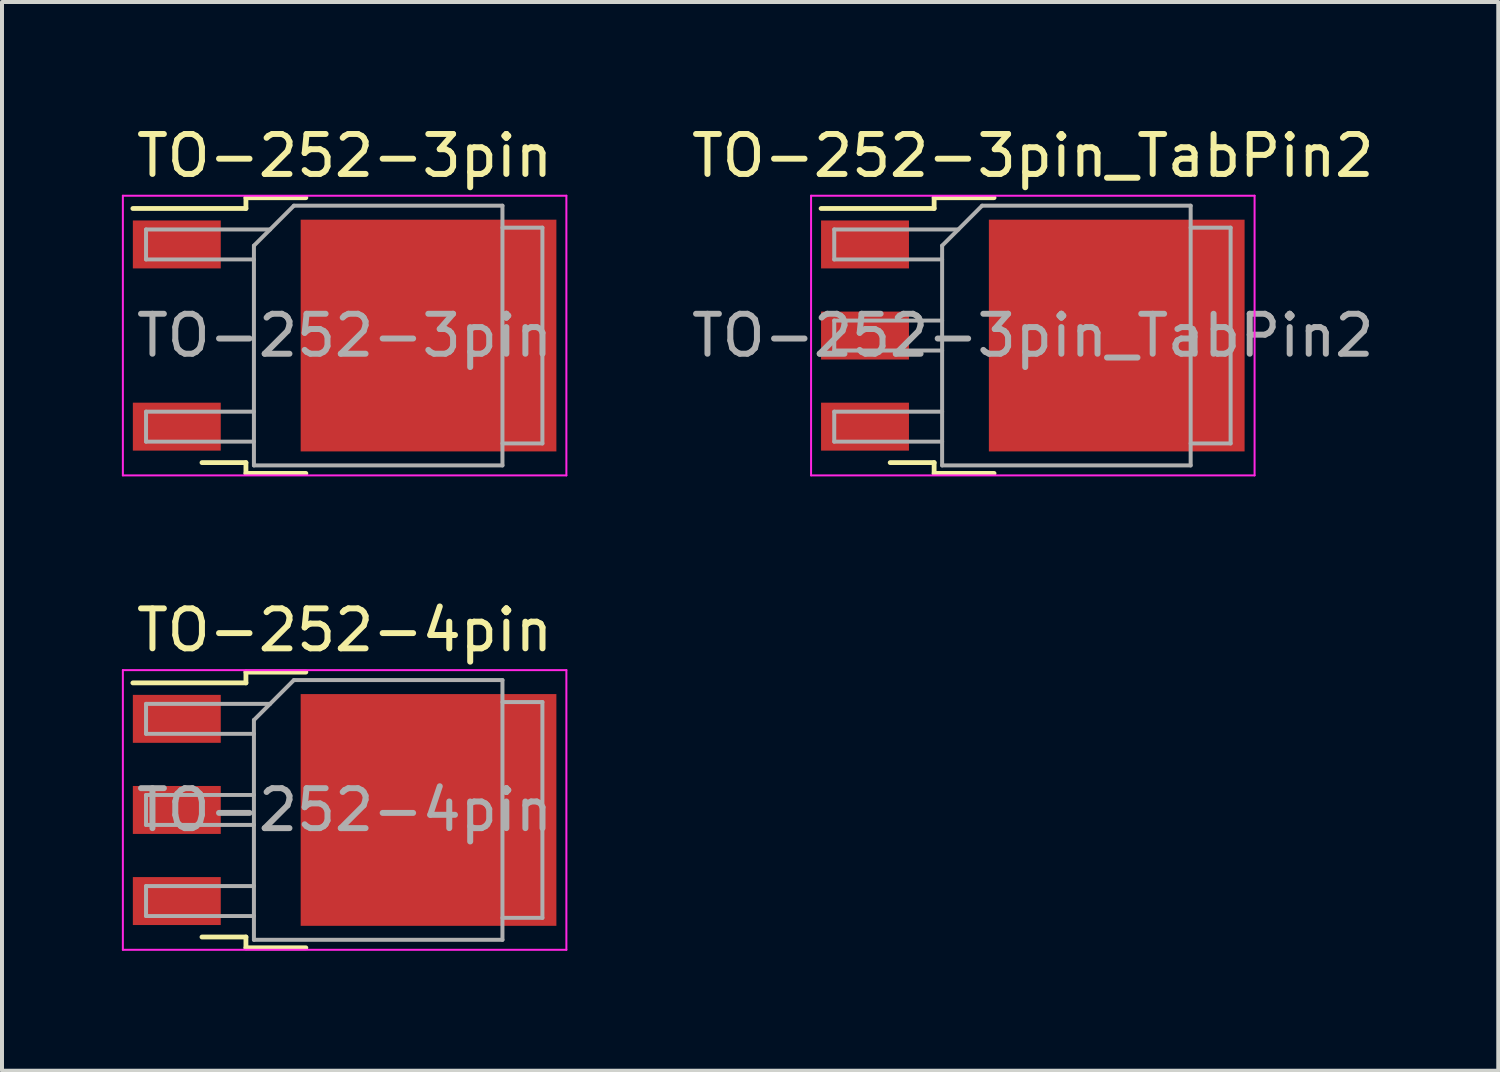
<source format=kicad_pcb>
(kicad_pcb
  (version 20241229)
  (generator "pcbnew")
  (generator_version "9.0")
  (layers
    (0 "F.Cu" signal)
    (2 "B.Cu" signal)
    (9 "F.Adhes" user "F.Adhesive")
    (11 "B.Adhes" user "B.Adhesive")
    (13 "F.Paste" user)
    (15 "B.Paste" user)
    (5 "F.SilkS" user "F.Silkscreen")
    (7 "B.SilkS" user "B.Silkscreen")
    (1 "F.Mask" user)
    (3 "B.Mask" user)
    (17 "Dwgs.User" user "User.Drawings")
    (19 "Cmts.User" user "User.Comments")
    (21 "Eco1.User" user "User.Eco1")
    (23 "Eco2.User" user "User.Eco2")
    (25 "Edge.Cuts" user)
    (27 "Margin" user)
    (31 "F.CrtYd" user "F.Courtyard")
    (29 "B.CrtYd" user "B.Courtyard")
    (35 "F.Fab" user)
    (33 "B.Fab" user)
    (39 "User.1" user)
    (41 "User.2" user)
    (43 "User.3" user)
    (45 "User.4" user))
  (footprint "TO-252-3pin"
    (layer "F.Cu")
    (at 5.575 5.348)
    (property "Reference" "TO-252-3pin" (at 0 -4.5 0) (layer "F.SilkS") (effects (font (size 1 1) (thickness 0.15))))
    (attr smd)
    (fp_line (start -2.47 -3.45) (end -2.47 -3.18) (stroke (width 0.12) (type solid)) (layer "F.SilkS"))
    (fp_line (start -2.47 -3.18) (end -5.3 -3.18) (stroke (width 0.12) (type solid)) (layer "F.SilkS"))
    (fp_line (start -2.47 3.18) (end -3.57 3.18) (stroke (width 0.12) (type solid)) (layer "F.SilkS"))
    (fp_line (start -2.47 3.45) (end -2.47 3.18) (stroke (width 0.12) (type solid)) (layer "F.SilkS"))
    (fp_line (start -0.97 -3.45) (end -2.47 -3.45) (stroke (width 0.12) (type solid)) (layer "F.SilkS"))
    (fp_line (start -0.97 3.45) (end -2.47 3.45) (stroke (width 0.12) (type solid)) (layer "F.SilkS"))
    (fp_line (start -5.55 -3.5) (end -5.55 3.5) (stroke (width 0.05) (type solid)) (layer "F.CrtYd"))
    (fp_line (start -5.55 3.5) (end 5.55 3.5) (stroke (width 0.05) (type solid)) (layer "F.CrtYd"))
    (fp_line (start 5.55 -3.5) (end -5.55 -3.5) (stroke (width 0.05) (type solid)) (layer "F.CrtYd"))
    (fp_line (start 5.55 3.5) (end 5.55 -3.5) (stroke (width 0.05) (type solid)) (layer "F.CrtYd"))
    (fp_line (start -4.97 -2.655) (end -4.97 -1.905) (stroke (width 0.1) (type solid)) (layer "F.Fab"))
    (fp_line (start -4.97 -1.905) (end -2.27 -1.905) (stroke (width 0.1) (type solid)) (layer "F.Fab"))
    (fp_line (start -4.97 1.905) (end -4.97 2.655) (stroke (width 0.1) (type solid)) (layer "F.Fab"))
    (fp_line (start -4.97 2.655) (end -2.27 2.655) (stroke (width 0.1) (type solid)) (layer "F.Fab"))
    (fp_line (start -2.27 -2.25) (end -1.27 -3.25) (stroke (width 0.1) (type solid)) (layer "F.Fab"))
    (fp_line (start -2.27 1.905) (end -4.97 1.905) (stroke (width 0.1) (type solid)) (layer "F.Fab"))
    (fp_line (start -2.27 3.25) (end -2.27 -2.25) (stroke (width 0.1) (type solid)) (layer "F.Fab"))
    (fp_line (start -1.865 -2.655) (end -4.97 -2.655) (stroke (width 0.1) (type solid)) (layer "F.Fab"))
    (fp_line (start -1.27 -3.25) (end 3.95 -3.25) (stroke (width 0.1) (type solid)) (layer "F.Fab"))
    (fp_line (start 3.95 -3.25) (end 3.95 3.25) (stroke (width 0.1) (type solid)) (layer "F.Fab"))
    (fp_line (start 3.95 -2.7) (end 4.95 -2.7) (stroke (width 0.1) (type solid)) (layer "F.Fab"))
    (fp_line (start 3.95 3.25) (end -2.27 3.25) (stroke (width 0.1) (type solid)) (layer "F.Fab"))
    (fp_line (start 4.95 -2.7) (end 4.95 2.7) (stroke (width 0.1) (type solid)) (layer "F.Fab"))
    (fp_line (start 4.95 2.7) (end 3.95 2.7) (stroke (width 0.1) (type solid)) (layer "F.Fab"))
    (fp_text user "${REFERENCE}" (at 0 0 0) (layer "F.Fab") (effects (font (size 1 1) (thickness 0.15))))
    (pad "" smd rect (at 0.425 -1.525) (size 3.05 2.75) (layers "F.Paste"))
    (pad "" smd rect (at 0.425 1.525) (size 3.05 2.75) (layers "F.Paste"))
    (pad "" smd rect (at 3.775 -1.525) (size 3.05 2.75) (layers "F.Paste"))
    (pad "" smd rect (at 3.775 1.525) (size 3.05 2.75) (layers "F.Paste"))
    (pad "1" smd rect (at -4.2 -2.28) (size 2.2 1.2) (layers "F.Cu" "F.Mask" "F.Paste"))
    (pad "2" smd rect (at 2.1 0) (size 6.4 5.8) (layers "F.Cu" "F.Mask"))
    (pad "3" smd rect (at -4.2 2.28) (size 2.2 1.2) (layers "F.Cu" "F.Mask" "F.Paste")))
  (footprint "TO-252-3pin_TabPin2"
    (layer "F.Cu")
    (at 22.799 5.348)
    (property "Reference" "TO-252-3pin_TabPin2" (at 0 -4.5 0) (layer "F.SilkS") (effects (font (size 1 1) (thickness 0.15))))
    (attr smd)
    (fp_line (start -2.47 -3.45) (end -2.47 -3.18) (stroke (width 0.12) (type solid)) (layer "F.SilkS"))
    (fp_line (start -2.47 -3.18) (end -5.3 -3.18) (stroke (width 0.12) (type solid)) (layer "F.SilkS"))
    (fp_line (start -2.47 3.18) (end -3.57 3.18) (stroke (width 0.12) (type solid)) (layer "F.SilkS"))
    (fp_line (start -2.47 3.45) (end -2.47 3.18) (stroke (width 0.12) (type solid)) (layer "F.SilkS"))
    (fp_line (start -0.97 -3.45) (end -2.47 -3.45) (stroke (width 0.12) (type solid)) (layer "F.SilkS"))
    (fp_line (start -0.97 3.45) (end -2.47 3.45) (stroke (width 0.12) (type solid)) (layer "F.SilkS"))
    (fp_line (start -5.55 -3.5) (end -5.55 3.5) (stroke (width 0.05) (type solid)) (layer "F.CrtYd"))
    (fp_line (start -5.55 3.5) (end 5.55 3.5) (stroke (width 0.05) (type solid)) (layer "F.CrtYd"))
    (fp_line (start 5.55 -3.5) (end -5.55 -3.5) (stroke (width 0.05) (type solid)) (layer "F.CrtYd"))
    (fp_line (start 5.55 3.5) (end 5.55 -3.5) (stroke (width 0.05) (type solid)) (layer "F.CrtYd"))
    (fp_line (start -4.97 -2.655) (end -4.97 -1.905) (stroke (width 0.1) (type solid)) (layer "F.Fab"))
    (fp_line (start -4.97 -1.905) (end -2.27 -1.905) (stroke (width 0.1) (type solid)) (layer "F.Fab"))
    (fp_line (start -4.97 -0.375) (end -4.97 0.375) (stroke (width 0.1) (type solid)) (layer "F.Fab"))
    (fp_line (start -4.97 0.375) (end -2.27 0.375) (stroke (width 0.1) (type solid)) (layer "F.Fab"))
    (fp_line (start -4.97 1.905) (end -4.97 2.655) (stroke (width 0.1) (type solid)) (layer "F.Fab"))
    (fp_line (start -4.97 2.655) (end -2.27 2.655) (stroke (width 0.1) (type solid)) (layer "F.Fab"))
    (fp_line (start -2.27 -2.25) (end -1.27 -3.25) (stroke (width 0.1) (type solid)) (layer "F.Fab"))
    (fp_line (start -2.27 -0.375) (end -4.97 -0.375) (stroke (width 0.1) (type solid)) (layer "F.Fab"))
    (fp_line (start -2.27 1.905) (end -4.97 1.905) (stroke (width 0.1) (type solid)) (layer "F.Fab"))
    (fp_line (start -2.27 3.25) (end -2.27 -2.25) (stroke (width 0.1) (type solid)) (layer "F.Fab"))
    (fp_line (start -1.865 -2.655) (end -4.97 -2.655) (stroke (width 0.1) (type solid)) (layer "F.Fab"))
    (fp_line (start -1.27 -3.25) (end 3.95 -3.25) (stroke (width 0.1) (type solid)) (layer "F.Fab"))
    (fp_line (start 3.95 -3.25) (end 3.95 3.25) (stroke (width 0.1) (type solid)) (layer "F.Fab"))
    (fp_line (start 3.95 -2.7) (end 4.95 -2.7) (stroke (width 0.1) (type solid)) (layer "F.Fab"))
    (fp_line (start 3.95 3.25) (end -2.27 3.25) (stroke (width 0.1) (type solid)) (layer "F.Fab"))
    (fp_line (start 4.95 -2.7) (end 4.95 2.7) (stroke (width 0.1) (type solid)) (layer "F.Fab"))
    (fp_line (start 4.95 2.7) (end 3.95 2.7) (stroke (width 0.1) (type solid)) (layer "F.Fab"))
    (fp_text user "${REFERENCE}" (at 0 0 0) (layer "F.Fab") (effects (font (size 1 1) (thickness 0.15))))
    (pad "" smd rect (at 0.425 -1.525) (size 3.05 2.75) (layers "F.Paste"))
    (pad "" smd rect (at 0.425 1.525) (size 3.05 2.75) (layers "F.Paste"))
    (pad "" smd rect (at 3.775 -1.525) (size 3.05 2.75) (layers "F.Paste"))
    (pad "" smd rect (at 3.775 1.525) (size 3.05 2.75) (layers "F.Paste"))
    (pad "1" smd rect (at -4.2 -2.28) (size 2.2 1.2) (layers "F.Cu" "F.Mask" "F.Paste"))
    (pad "2" smd rect (at -4.2 0) (size 2.2 1.2) (layers "F.Cu" "F.Mask" "F.Paste"))
    (pad "2" smd rect (at 2.1 0) (size 6.4 5.8) (layers "F.Cu" "F.Mask"))
    (pad "3" smd rect (at -4.2 2.28) (size 2.2 1.2) (layers "F.Cu" "F.Mask" "F.Paste")))
  (footprint "TO-252-4pin"
    (layer "F.Cu")
    (at 5.575 17.221)
    (property "Reference" "TO-252-4pin" (at 0 -4.5 0) (layer "F.SilkS") (effects (font (size 1 1) (thickness 0.15))))
    (attr smd)
    (fp_line (start -2.47 -3.45) (end -2.47 -3.18) (stroke (width 0.12) (type solid)) (layer "F.SilkS"))
    (fp_line (start -2.47 -3.18) (end -5.3 -3.18) (stroke (width 0.12) (type solid)) (layer "F.SilkS"))
    (fp_line (start -2.47 3.18) (end -3.57 3.18) (stroke (width 0.12) (type solid)) (layer "F.SilkS"))
    (fp_line (start -2.47 3.45) (end -2.47 3.18) (stroke (width 0.12) (type solid)) (layer "F.SilkS"))
    (fp_line (start -0.97 -3.45) (end -2.47 -3.45) (stroke (width 0.12) (type solid)) (layer "F.SilkS"))
    (fp_line (start -0.97 3.45) (end -2.47 3.45) (stroke (width 0.12) (type solid)) (layer "F.SilkS"))
    (fp_line (start -5.55 -3.5) (end -5.55 3.5) (stroke (width 0.05) (type solid)) (layer "F.CrtYd"))
    (fp_line (start -5.55 3.5) (end 5.55 3.5) (stroke (width 0.05) (type solid)) (layer "F.CrtYd"))
    (fp_line (start 5.55 -3.5) (end -5.55 -3.5) (stroke (width 0.05) (type solid)) (layer "F.CrtYd"))
    (fp_line (start 5.55 3.5) (end 5.55 -3.5) (stroke (width 0.05) (type solid)) (layer "F.CrtYd"))
    (fp_line (start -4.97 -2.655) (end -4.97 -1.905) (stroke (width 0.1) (type solid)) (layer "F.Fab"))
    (fp_line (start -4.97 -1.905) (end -2.27 -1.905) (stroke (width 0.1) (type solid)) (layer "F.Fab"))
    (fp_line (start -4.97 -0.375) (end -4.97 0.375) (stroke (width 0.1) (type solid)) (layer "F.Fab"))
    (fp_line (start -4.97 0.375) (end -2.27 0.375) (stroke (width 0.1) (type solid)) (layer "F.Fab"))
    (fp_line (start -4.97 1.905) (end -4.97 2.655) (stroke (width 0.1) (type solid)) (layer "F.Fab"))
    (fp_line (start -4.97 2.655) (end -2.27 2.655) (stroke (width 0.1) (type solid)) (layer "F.Fab"))
    (fp_line (start -2.27 -2.25) (end -1.27 -3.25) (stroke (width 0.1) (type solid)) (layer "F.Fab"))
    (fp_line (start -2.27 -0.375) (end -4.97 -0.375) (stroke (width 0.1) (type solid)) (layer "F.Fab"))
    (fp_line (start -2.27 1.905) (end -4.97 1.905) (stroke (width 0.1) (type solid)) (layer "F.Fab"))
    (fp_line (start -2.27 3.25) (end -2.27 -2.25) (stroke (width 0.1) (type solid)) (layer "F.Fab"))
    (fp_line (start -1.865 -2.655) (end -4.97 -2.655) (stroke (width 0.1) (type solid)) (layer "F.Fab"))
    (fp_line (start -1.27 -3.25) (end 3.95 -3.25) (stroke (width 0.1) (type solid)) (layer "F.Fab"))
    (fp_line (start 3.95 -3.25) (end 3.95 3.25) (stroke (width 0.1) (type solid)) (layer "F.Fab"))
    (fp_line (start 3.95 -2.7) (end 4.95 -2.7) (stroke (width 0.1) (type solid)) (layer "F.Fab"))
    (fp_line (start 3.95 3.25) (end -2.27 3.25) (stroke (width 0.1) (type solid)) (layer "F.Fab"))
    (fp_line (start 4.95 -2.7) (end 4.95 2.7) (stroke (width 0.1) (type solid)) (layer "F.Fab"))
    (fp_line (start 4.95 2.7) (end 3.95 2.7) (stroke (width 0.1) (type solid)) (layer "F.Fab"))
    (fp_text user "${REFERENCE}" (at 0 0 0) (layer "F.Fab") (effects (font (size 1 1) (thickness 0.15))))
    (pad "" smd rect (at 0.425 -1.525) (size 3.05 2.75) (layers "F.Paste"))
    (pad "" smd rect (at 0.425 1.525) (size 3.05 2.75) (layers "F.Paste"))
    (pad "" smd rect (at 3.775 -1.525) (size 3.05 2.75) (layers "F.Paste"))
    (pad "" smd rect (at 3.775 1.525) (size 3.05 2.75) (layers "F.Paste"))
    (pad "1" smd rect (at -4.2 -2.28) (size 2.2 1.2) (layers "F.Cu" "F.Mask" "F.Paste"))
    (pad "2" smd rect (at -4.2 0) (size 2.2 1.2) (layers "F.Cu" "F.Mask" "F.Paste"))
    (pad "3" smd rect (at -4.2 2.28) (size 2.2 1.2) (layers "F.Cu" "F.Mask" "F.Paste"))
    (pad "4" smd rect (at 2.1 0) (size 6.4 5.8) (layers "F.Cu" "F.Mask")))
  (gr_rect
    (start -3 -3)
    (end 34.448 23.747)
    (stroke (width 0.1) (type default))
    (fill no)
    (layer "Edge.Cuts")))
</source>
